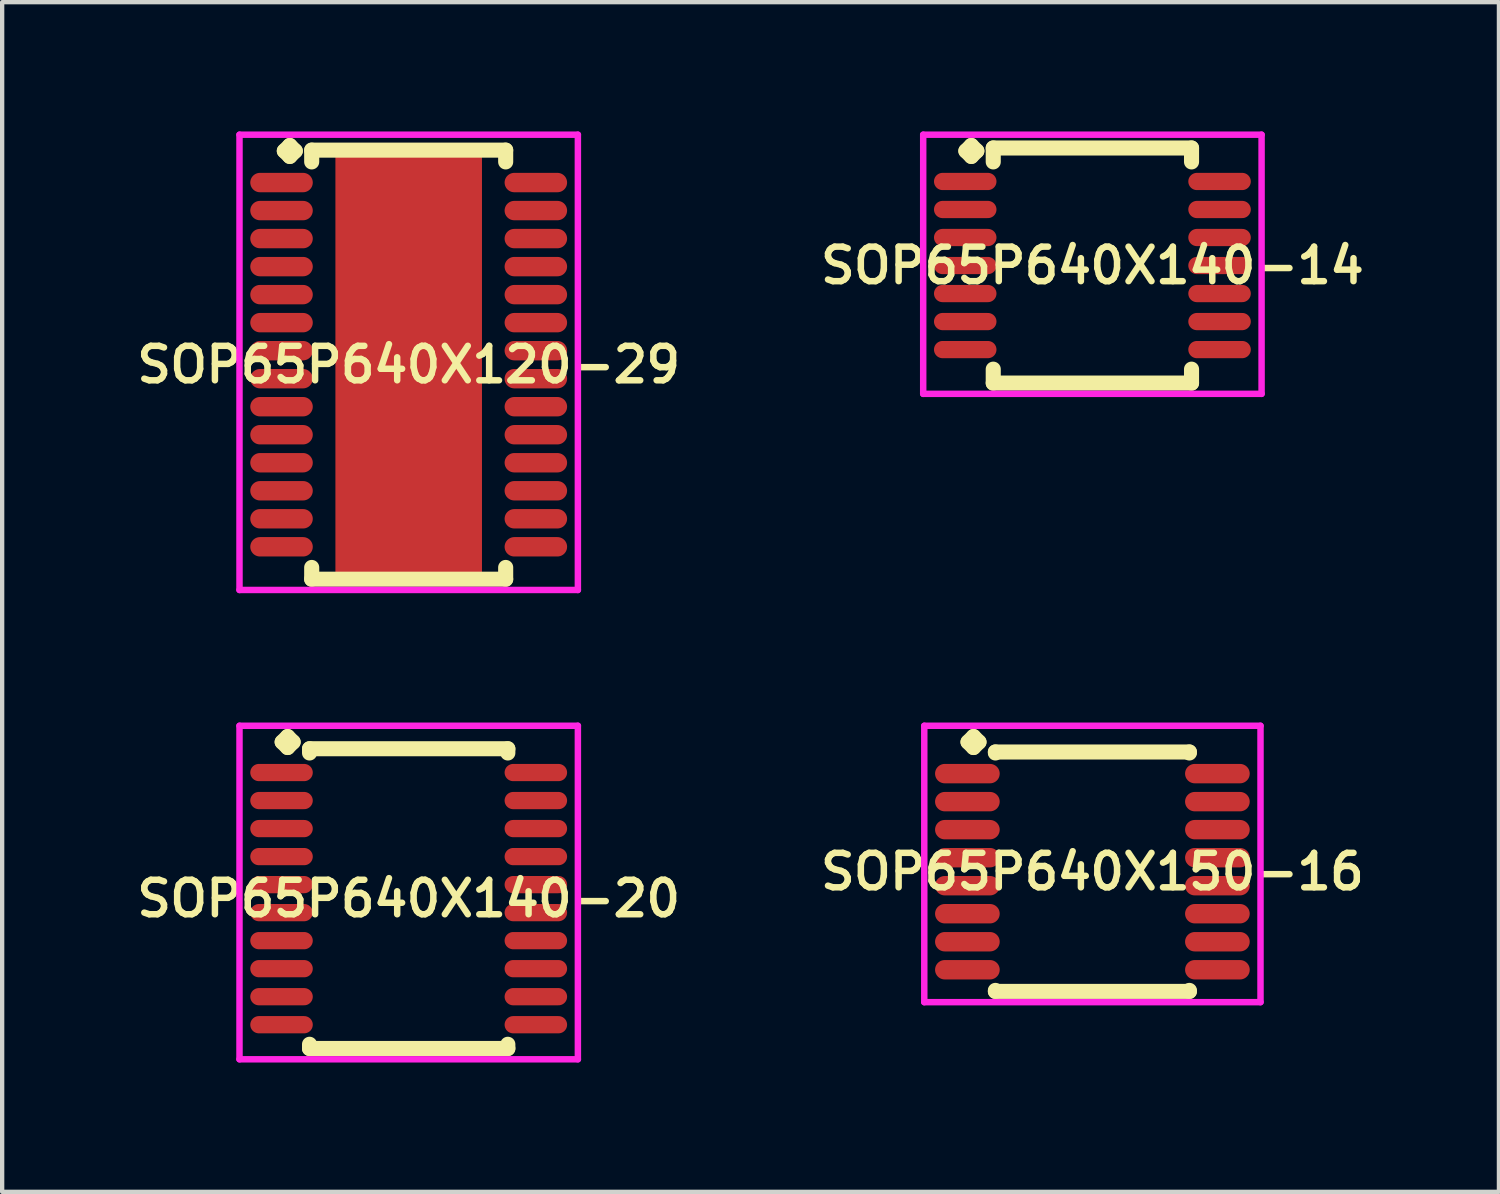
<source format=kicad_pcb>
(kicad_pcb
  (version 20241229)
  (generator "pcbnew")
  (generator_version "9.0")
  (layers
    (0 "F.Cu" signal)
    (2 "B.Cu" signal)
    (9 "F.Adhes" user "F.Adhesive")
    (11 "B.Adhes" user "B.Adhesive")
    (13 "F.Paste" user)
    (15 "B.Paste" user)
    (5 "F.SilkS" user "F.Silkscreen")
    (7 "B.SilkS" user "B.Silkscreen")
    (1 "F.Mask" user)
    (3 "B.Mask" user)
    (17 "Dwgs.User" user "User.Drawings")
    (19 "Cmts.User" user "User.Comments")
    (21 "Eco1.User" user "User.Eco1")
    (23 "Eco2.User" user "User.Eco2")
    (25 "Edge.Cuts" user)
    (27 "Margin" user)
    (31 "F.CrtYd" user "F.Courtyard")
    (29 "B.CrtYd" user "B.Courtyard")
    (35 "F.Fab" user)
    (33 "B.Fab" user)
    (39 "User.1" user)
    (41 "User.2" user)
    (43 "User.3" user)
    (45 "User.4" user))
  (footprint "SOP65P640X140-20"
    (layer "F.Cu")
    (at 6.431 17.797)
    (property "Reference" "SOP65P640X140-20" (at 0 0 0) (layer "F.SilkS") (effects (font (size 0.8 0.8) (thickness 0.15))))
    (attr smd)
    (fp_line (start -2.935 -3.633) (end -2.808 -3.76) (stroke (width 0.35) (type solid)) (layer "F.SilkS"))
    (fp_line (start -2.808 -3.76) (end -2.681 -3.633) (stroke (width 0.35) (type solid)) (layer "F.SilkS"))
    (fp_line (start -2.808 -3.506) (end -2.935 -3.633) (stroke (width 0.35) (type solid)) (layer "F.SilkS"))
    (fp_line (start -2.681 -3.633) (end -2.808 -3.506) (stroke (width 0.35) (type solid)) (layer "F.SilkS"))
    (fp_line (start -2.3 -3.477) (end 2.3 -3.477) (stroke (width 0.35) (type solid)) (layer "F.SilkS"))
    (fp_line (start -2.3 -3.379) (end -2.3 -3.477) (stroke (width 0.35) (type solid)) (layer "F.SilkS"))
    (fp_line (start -2.3 3.379) (end -2.3 3.477) (stroke (width 0.35) (type solid)) (layer "F.SilkS"))
    (fp_line (start -2.3 3.477) (end 2.3 3.477) (stroke (width 0.35) (type solid)) (layer "F.SilkS"))
    (fp_line (start 2.3 -3.477) (end 2.3 -3.379) (stroke (width 0.35) (type solid)) (layer "F.SilkS"))
    (fp_line (start 2.3 3.477) (end 2.3 3.379) (stroke (width 0.35) (type solid)) (layer "F.SilkS"))
    (fp_line (start -3.925 -4.01) (end 3.925 -4.01) (stroke (width 0.15) (type solid)) (layer "F.CrtYd"))
    (fp_line (start -3.925 3.727) (end -3.925 -4.01) (stroke (width 0.15) (type solid)) (layer "F.CrtYd"))
    (fp_line (start 3.925 -4.01) (end 3.925 3.727) (stroke (width 0.15) (type solid)) (layer "F.CrtYd"))
    (fp_line (start 3.925 3.727) (end -3.925 3.727) (stroke (width 0.15) (type solid)) (layer "F.CrtYd"))
    (pad "1" smd oval (at -2.95 -2.925) (size 1.45 0.4) (layers "F.Cu" "F.Mask" "F.Paste"))
    (pad "2" smd oval (at -2.95 -2.275) (size 1.45 0.4) (layers "F.Cu" "F.Mask" "F.Paste"))
    (pad "3" smd oval (at -2.95 -1.625) (size 1.45 0.4) (layers "F.Cu" "F.Mask" "F.Paste"))
    (pad "4" smd oval (at -2.95 -0.975) (size 1.45 0.4) (layers "F.Cu" "F.Mask" "F.Paste"))
    (pad "5" smd oval (at -2.95 -0.325) (size 1.45 0.4) (layers "F.Cu" "F.Mask" "F.Paste"))
    (pad "6" smd oval (at -2.95 0.325) (size 1.45 0.4) (layers "F.Cu" "F.Mask" "F.Paste"))
    (pad "7" smd oval (at -2.95 0.975) (size 1.45 0.4) (layers "F.Cu" "F.Mask" "F.Paste"))
    (pad "8" smd oval (at -2.95 1.625) (size 1.45 0.4) (layers "F.Cu" "F.Mask" "F.Paste"))
    (pad "9" smd oval (at -2.95 2.275) (size 1.45 0.4) (layers "F.Cu" "F.Mask" "F.Paste"))
    (pad "10" smd oval (at -2.95 2.925) (size 1.45 0.4) (layers "F.Cu" "F.Mask" "F.Paste"))
    (pad "11" smd oval (at 2.95 2.925) (size 1.45 0.4) (layers "F.Cu" "F.Mask" "F.Paste"))
    (pad "12" smd oval (at 2.95 2.275) (size 1.45 0.4) (layers "F.Cu" "F.Mask" "F.Paste"))
    (pad "13" smd oval (at 2.95 1.625) (size 1.45 0.4) (layers "F.Cu" "F.Mask" "F.Paste"))
    (pad "14" smd oval (at 2.95 0.975) (size 1.45 0.4) (layers "F.Cu" "F.Mask" "F.Paste"))
    (pad "15" smd oval (at 2.95 0.325) (size 1.45 0.4) (layers "F.Cu" "F.Mask" "F.Paste"))
    (pad "16" smd oval (at 2.95 -0.325) (size 1.45 0.4) (layers "F.Cu" "F.Mask" "F.Paste"))
    (pad "17" smd oval (at 2.95 -0.975) (size 1.45 0.4) (layers "F.Cu" "F.Mask" "F.Paste"))
    (pad "18" smd oval (at 2.95 -1.625) (size 1.45 0.4) (layers "F.Cu" "F.Mask" "F.Paste"))
    (pad "19" smd oval (at 2.95 -2.275) (size 1.45 0.4) (layers "F.Cu" "F.Mask" "F.Paste"))
    (pad "20" smd oval (at 2.95 -2.925) (size 1.45 0.4) (layers "F.Cu" "F.Mask" "F.Paste")))
  (footprint "SOP65P640X140-14"
    (layer "F.Cu")
    (at 22.292 3.11)
    (property "Reference" "SOP65P640X140-14" (at 0 0 0) (layer "F.SilkS") (effects (font (size 0.8 0.8) (thickness 0.15))))
    (attr smd)
    (fp_line (start -2.935 -2.658) (end -2.808 -2.785) (stroke (width 0.35) (type solid)) (layer "F.SilkS"))
    (fp_line (start -2.808 -2.785) (end -2.681 -2.658) (stroke (width 0.35) (type solid)) (layer "F.SilkS"))
    (fp_line (start -2.808 -2.531) (end -2.935 -2.658) (stroke (width 0.35) (type solid)) (layer "F.SilkS"))
    (fp_line (start -2.681 -2.658) (end -2.808 -2.531) (stroke (width 0.35) (type solid)) (layer "F.SilkS"))
    (fp_line (start -2.3 -2.727) (end 2.3 -2.727) (stroke (width 0.35) (type solid)) (layer "F.SilkS"))
    (fp_line (start -2.3 -2.404) (end -2.3 -2.727) (stroke (width 0.35) (type solid)) (layer "F.SilkS"))
    (fp_line (start -2.3 2.404) (end -2.3 2.727) (stroke (width 0.35) (type solid)) (layer "F.SilkS"))
    (fp_line (start -2.3 2.727) (end 2.3 2.727) (stroke (width 0.35) (type solid)) (layer "F.SilkS"))
    (fp_line (start 2.3 -2.727) (end 2.3 -2.404) (stroke (width 0.35) (type solid)) (layer "F.SilkS"))
    (fp_line (start 2.3 2.727) (end 2.3 2.404) (stroke (width 0.35) (type solid)) (layer "F.SilkS"))
    (fp_line (start -3.925 -3.035) (end 3.925 -3.035) (stroke (width 0.15) (type solid)) (layer "F.CrtYd"))
    (fp_line (start -3.925 2.977) (end -3.925 -3.035) (stroke (width 0.15) (type solid)) (layer "F.CrtYd"))
    (fp_line (start 3.925 -3.035) (end 3.925 2.977) (stroke (width 0.15) (type solid)) (layer "F.CrtYd"))
    (fp_line (start 3.925 2.977) (end -3.925 2.977) (stroke (width 0.15) (type solid)) (layer "F.CrtYd"))
    (pad "1" smd oval (at -2.95 -1.95) (size 1.45 0.4) (layers "F.Cu" "F.Mask" "F.Paste"))
    (pad "2" smd oval (at -2.95 -1.3) (size 1.45 0.4) (layers "F.Cu" "F.Mask" "F.Paste"))
    (pad "3" smd oval (at -2.95 -0.65) (size 1.45 0.4) (layers "F.Cu" "F.Mask" "F.Paste"))
    (pad "4" smd oval (at -2.95 0) (size 1.45 0.4) (layers "F.Cu" "F.Mask" "F.Paste"))
    (pad "5" smd oval (at -2.95 0.65) (size 1.45 0.4) (layers "F.Cu" "F.Mask" "F.Paste"))
    (pad "6" smd oval (at -2.95 1.3) (size 1.45 0.4) (layers "F.Cu" "F.Mask" "F.Paste"))
    (pad "7" smd oval (at -2.95 1.95) (size 1.45 0.4) (layers "F.Cu" "F.Mask" "F.Paste"))
    (pad "8" smd oval (at 2.95 1.95) (size 1.45 0.4) (layers "F.Cu" "F.Mask" "F.Paste"))
    (pad "9" smd oval (at 2.95 1.3) (size 1.45 0.4) (layers "F.Cu" "F.Mask" "F.Paste"))
    (pad "10" smd oval (at 2.95 0.65) (size 1.45 0.4) (layers "F.Cu" "F.Mask" "F.Paste"))
    (pad "11" smd oval (at 2.95 0) (size 1.45 0.4) (layers "F.Cu" "F.Mask" "F.Paste"))
    (pad "12" smd oval (at 2.95 -0.65) (size 1.45 0.4) (layers "F.Cu" "F.Mask" "F.Paste"))
    (pad "13" smd oval (at 2.95 -1.3) (size 1.45 0.4) (layers "F.Cu" "F.Mask" "F.Paste"))
    (pad "14" smd oval (at 2.95 -1.95) (size 1.45 0.4) (layers "F.Cu" "F.Mask" "F.Paste")))
  (footprint "SOP65P640X120-29"
    (layer "F.Cu")
    (at 6.431 5.41)
    (property "Reference" "SOP65P640X120-29" (at 0 0 0) (layer "F.SilkS") (effects (font (size 0.8 0.8) (thickness 0.15))))
    (attr smd)
    (fp_line (start -2.885 -4.958) (end -2.758 -5.085) (stroke (width 0.35) (type solid)) (layer "F.SilkS"))
    (fp_line (start -2.758 -5.085) (end -2.631 -4.958) (stroke (width 0.35) (type solid)) (layer "F.SilkS"))
    (fp_line (start -2.758 -4.831) (end -2.885 -4.958) (stroke (width 0.35) (type solid)) (layer "F.SilkS"))
    (fp_line (start -2.631 -4.958) (end -2.758 -4.831) (stroke (width 0.35) (type solid)) (layer "F.SilkS"))
    (fp_line (start -2.25 -4.977) (end 2.25 -4.977) (stroke (width 0.35) (type solid)) (layer "F.SilkS"))
    (fp_line (start -2.25 -4.704) (end -2.25 -4.977) (stroke (width 0.35) (type solid)) (layer "F.SilkS"))
    (fp_line (start -2.25 4.704) (end -2.25 4.977) (stroke (width 0.35) (type solid)) (layer "F.SilkS"))
    (fp_line (start -2.25 4.977) (end 2.25 4.977) (stroke (width 0.35) (type solid)) (layer "F.SilkS"))
    (fp_line (start 2.25 -4.977) (end 2.25 -4.704) (stroke (width 0.35) (type solid)) (layer "F.SilkS"))
    (fp_line (start 2.25 4.977) (end 2.25 4.704) (stroke (width 0.35) (type solid)) (layer "F.SilkS"))
    (fp_line (start -3.925 -5.335) (end 3.925 -5.335) (stroke (width 0.15) (type solid)) (layer "F.CrtYd"))
    (fp_line (start -3.925 5.227) (end -3.925 -5.335) (stroke (width 0.15) (type solid)) (layer "F.CrtYd"))
    (fp_line (start 3.925 -5.335) (end 3.925 5.227) (stroke (width 0.15) (type solid)) (layer "F.CrtYd"))
    (fp_line (start 3.925 5.227) (end -3.925 5.227) (stroke (width 0.15) (type solid)) (layer "F.CrtYd"))
    (pad "1" smd oval (at -2.95 -4.225) (size 1.45 0.45) (layers "F.Cu" "F.Mask" "F.Paste"))
    (pad "2" smd oval (at -2.95 -3.575) (size 1.45 0.45) (layers "F.Cu" "F.Mask" "F.Paste"))
    (pad "3" smd oval (at -2.95 -2.925) (size 1.45 0.45) (layers "F.Cu" "F.Mask" "F.Paste"))
    (pad "4" smd oval (at -2.95 -2.275) (size 1.45 0.45) (layers "F.Cu" "F.Mask" "F.Paste"))
    (pad "5" smd oval (at -2.95 -1.625) (size 1.45 0.45) (layers "F.Cu" "F.Mask" "F.Paste"))
    (pad "6" smd oval (at -2.95 -0.975) (size 1.45 0.45) (layers "F.Cu" "F.Mask" "F.Paste"))
    (pad "7" smd oval (at -2.95 -0.325) (size 1.45 0.45) (layers "F.Cu" "F.Mask" "F.Paste"))
    (pad "8" smd oval (at -2.95 0.325) (size 1.45 0.45) (layers "F.Cu" "F.Mask" "F.Paste"))
    (pad "9" smd oval (at -2.95 0.975) (size 1.45 0.45) (layers "F.Cu" "F.Mask" "F.Paste"))
    (pad "10" smd oval (at -2.95 1.625) (size 1.45 0.45) (layers "F.Cu" "F.Mask" "F.Paste"))
    (pad "11" smd oval (at -2.95 2.275) (size 1.45 0.45) (layers "F.Cu" "F.Mask" "F.Paste"))
    (pad "12" smd oval (at -2.95 2.925) (size 1.45 0.45) (layers "F.Cu" "F.Mask" "F.Paste"))
    (pad "13" smd oval (at -2.95 3.575) (size 1.45 0.45) (layers "F.Cu" "F.Mask" "F.Paste"))
    (pad "14" smd oval (at -2.95 4.225) (size 1.45 0.45) (layers "F.Cu" "F.Mask" "F.Paste"))
    (pad "15" smd oval (at 2.95 4.225) (size 1.45 0.45) (layers "F.Cu" "F.Mask" "F.Paste"))
    (pad "16" smd oval (at 2.95 3.575) (size 1.45 0.45) (layers "F.Cu" "F.Mask" "F.Paste"))
    (pad "17" smd oval (at 2.95 2.925) (size 1.45 0.45) (layers "F.Cu" "F.Mask" "F.Paste"))
    (pad "18" smd oval (at 2.95 2.275) (size 1.45 0.45) (layers "F.Cu" "F.Mask" "F.Paste"))
    (pad "19" smd oval (at 2.95 1.625) (size 1.45 0.45) (layers "F.Cu" "F.Mask" "F.Paste"))
    (pad "20" smd oval (at 2.95 0.975) (size 1.45 0.45) (layers "F.Cu" "F.Mask" "F.Paste"))
    (pad "21" smd oval (at 2.95 0.325) (size 1.45 0.45) (layers "F.Cu" "F.Mask" "F.Paste"))
    (pad "22" smd oval (at 2.95 -0.325) (size 1.45 0.45) (layers "F.Cu" "F.Mask" "F.Paste"))
    (pad "23" smd oval (at 2.95 -0.975) (size 1.45 0.45) (layers "F.Cu" "F.Mask" "F.Paste"))
    (pad "24" smd oval (at 2.95 -1.625) (size 1.45 0.45) (layers "F.Cu" "F.Mask" "F.Paste"))
    (pad "25" smd oval (at 2.95 -2.275) (size 1.45 0.45) (layers "F.Cu" "F.Mask" "F.Paste"))
    (pad "26" smd oval (at 2.95 -2.925) (size 1.45 0.45) (layers "F.Cu" "F.Mask" "F.Paste"))
    (pad "27" smd oval (at 2.95 -3.575) (size 1.45 0.45) (layers "F.Cu" "F.Mask" "F.Paste"))
    (pad "28" smd oval (at 2.95 -4.225) (size 1.45 0.45) (layers "F.Cu" "F.Mask" "F.Paste"))
    (pad "29" smd rect (at 0 0) (size 3.4 9.7) (layers "F.Cu" "F.Mask" "F.Paste")))
  (footprint "SOP65P640X150-16"
    (layer "F.Cu")
    (at 22.292 17.172)
    (property "Reference" "SOP65P640X150-16" (at 0 0 0) (layer "F.SilkS") (effects (font (size 0.8 0.8) (thickness 0.15))))
    (attr smd)
    (fp_line (start -2.885 -3.008) (end -2.758 -3.135) (stroke (width 0.35) (type solid)) (layer "F.SilkS"))
    (fp_line (start -2.758 -3.135) (end -2.631 -3.008) (stroke (width 0.35) (type solid)) (layer "F.SilkS"))
    (fp_line (start -2.758 -2.881) (end -2.885 -3.008) (stroke (width 0.35) (type solid)) (layer "F.SilkS"))
    (fp_line (start -2.631 -3.008) (end -2.758 -2.881) (stroke (width 0.35) (type solid)) (layer "F.SilkS"))
    (fp_line (start -2.25 -2.777) (end 2.25 -2.777) (stroke (width 0.35) (type solid)) (layer "F.SilkS"))
    (fp_line (start -2.25 -2.754) (end -2.25 -2.777) (stroke (width 0.35) (type solid)) (layer "F.SilkS"))
    (fp_line (start -2.25 2.754) (end -2.25 2.777) (stroke (width 0.35) (type solid)) (layer "F.SilkS"))
    (fp_line (start -2.25 2.777) (end 2.25 2.777) (stroke (width 0.35) (type solid)) (layer "F.SilkS"))
    (fp_line (start 2.25 -2.777) (end 2.25 -2.754) (stroke (width 0.35) (type solid)) (layer "F.SilkS"))
    (fp_line (start 2.25 2.777) (end 2.25 2.754) (stroke (width 0.35) (type solid)) (layer "F.SilkS"))
    (fp_line (start -3.9 -3.385) (end 3.9 -3.385) (stroke (width 0.15) (type solid)) (layer "F.CrtYd"))
    (fp_line (start -3.9 3.027) (end -3.9 -3.385) (stroke (width 0.15) (type solid)) (layer "F.CrtYd"))
    (fp_line (start 3.9 -3.385) (end 3.9 3.027) (stroke (width 0.15) (type solid)) (layer "F.CrtYd"))
    (fp_line (start 3.9 3.027) (end -3.9 3.027) (stroke (width 0.15) (type solid)) (layer "F.CrtYd"))
    (pad "1" smd oval (at -2.9 -2.275) (size 1.5 0.45) (layers "F.Cu" "F.Mask" "F.Paste"))
    (pad "2" smd oval (at -2.9 -1.625) (size 1.5 0.45) (layers "F.Cu" "F.Mask" "F.Paste"))
    (pad "3" smd oval (at -2.9 -0.975) (size 1.5 0.45) (layers "F.Cu" "F.Mask" "F.Paste"))
    (pad "4" smd oval (at -2.9 -0.325) (size 1.5 0.45) (layers "F.Cu" "F.Mask" "F.Paste"))
    (pad "5" smd oval (at -2.9 0.325) (size 1.5 0.45) (layers "F.Cu" "F.Mask" "F.Paste"))
    (pad "6" smd oval (at -2.9 0.975) (size 1.5 0.45) (layers "F.Cu" "F.Mask" "F.Paste"))
    (pad "7" smd oval (at -2.9 1.625) (size 1.5 0.45) (layers "F.Cu" "F.Mask" "F.Paste"))
    (pad "8" smd oval (at -2.9 2.275) (size 1.5 0.45) (layers "F.Cu" "F.Mask" "F.Paste"))
    (pad "9" smd oval (at 2.9 2.275) (size 1.5 0.45) (layers "F.Cu" "F.Mask" "F.Paste"))
    (pad "10" smd oval (at 2.9 1.625) (size 1.5 0.45) (layers "F.Cu" "F.Mask" "F.Paste"))
    (pad "11" smd oval (at 2.9 0.975) (size 1.5 0.45) (layers "F.Cu" "F.Mask" "F.Paste"))
    (pad "12" smd oval (at 2.9 0.325) (size 1.5 0.45) (layers "F.Cu" "F.Mask" "F.Paste"))
    (pad "13" smd oval (at 2.9 -0.325) (size 1.5 0.45) (layers "F.Cu" "F.Mask" "F.Paste"))
    (pad "14" smd oval (at 2.9 -0.975) (size 1.5 0.45) (layers "F.Cu" "F.Mask" "F.Paste"))
    (pad "15" smd oval (at 2.9 -1.625) (size 1.5 0.45) (layers "F.Cu" "F.Mask" "F.Paste"))
    (pad "16" smd oval (at 2.9 -2.275) (size 1.5 0.45) (layers "F.Cu" "F.Mask" "F.Paste")))
  (gr_rect
    (start -3 -3)
    (end 31.723 24.599)
    (stroke (width 0.1) (type default))
    (fill no)
    (layer "Edge.Cuts")))
</source>
